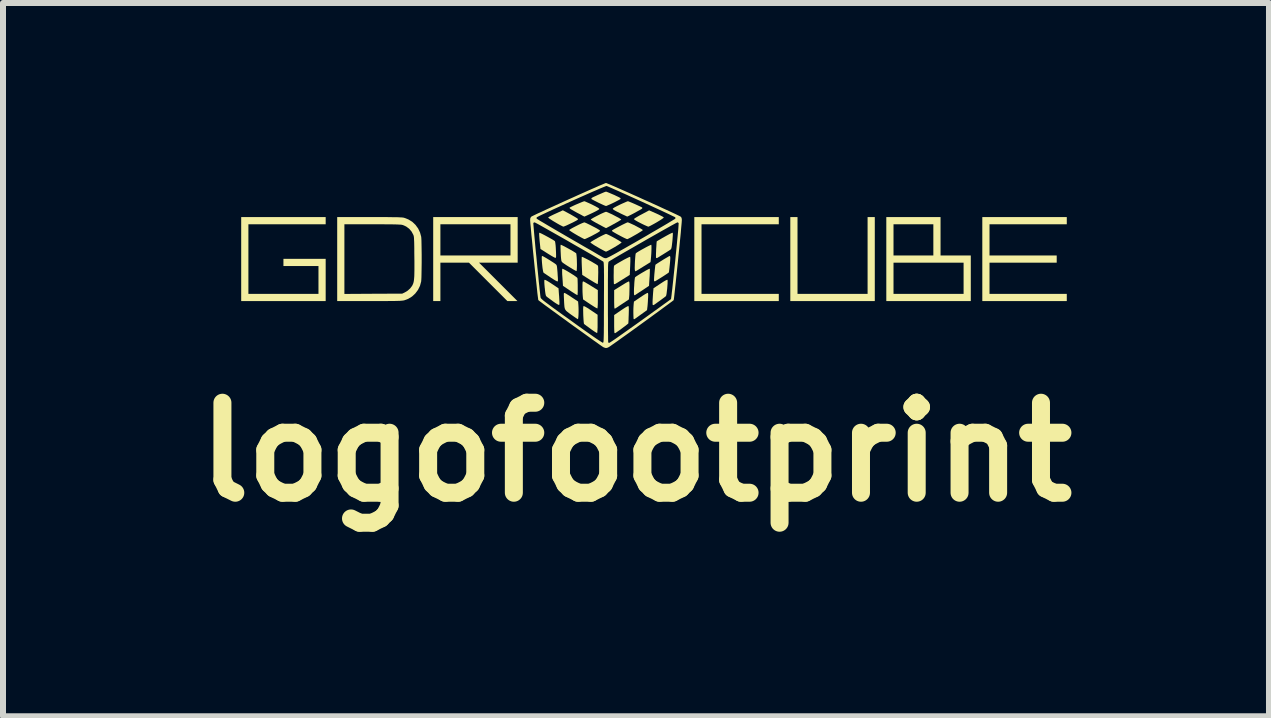
<source format=kicad_pcb>
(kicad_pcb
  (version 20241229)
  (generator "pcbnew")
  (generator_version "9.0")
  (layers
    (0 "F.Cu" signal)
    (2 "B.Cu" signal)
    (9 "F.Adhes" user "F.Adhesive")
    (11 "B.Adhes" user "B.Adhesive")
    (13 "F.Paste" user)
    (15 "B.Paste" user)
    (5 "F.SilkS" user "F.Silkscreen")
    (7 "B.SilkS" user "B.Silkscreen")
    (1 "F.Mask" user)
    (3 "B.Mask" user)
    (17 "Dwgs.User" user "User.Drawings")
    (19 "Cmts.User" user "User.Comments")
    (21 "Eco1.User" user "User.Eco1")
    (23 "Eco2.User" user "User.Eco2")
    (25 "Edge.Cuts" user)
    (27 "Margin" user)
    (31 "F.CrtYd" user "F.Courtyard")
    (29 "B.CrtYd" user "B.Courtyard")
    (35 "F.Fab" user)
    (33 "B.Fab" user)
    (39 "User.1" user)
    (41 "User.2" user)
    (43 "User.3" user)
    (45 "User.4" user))
  (footprint "logofootprint"
    (layer "F.Cu")
    (at 7.05 1.784)
    (property "Reference" "logofootprint" (at 0.5 2.7 0) (layer "F.SilkS") (effects (font (size 1.5 1.5) (thickness 0.3))))
    (attr board_only exclude_from_pos_files exclude_from_bom)
    (fp_poly (pts (xy 2.88 -1.156) (xy 2.88 -1.096) (xy 2.236 -1.096) (xy 1.592 -1.096) (xy 1.592 -0.516) (xy 1.592 0.064) (xy 2.236 0.064) (xy 2.88 0.064) (xy 2.88 0.124) (xy 2.88 0.184) (xy 2.176 0.184) (xy 1.472 0.184) (xy 1.472 -0.516) (xy 1.472 -1.216) (xy 2.176 -1.216) (xy 2.88 -1.216)) (stroke (width 0) (type solid)) (fill yes) (layer "F.SilkS"))
    (fp_poly (pts (xy 3.192 -0.576) (xy 3.192 0.064) (xy 3.776 0.064) (xy 4.36 0.064) (xy 4.36 -0.576) (xy 4.36 -1.216) (xy 4.42 -1.216) (xy 4.48 -1.216) (xy 4.48 -0.516) (xy 4.48 0.184) (xy 3.776 0.184) (xy 3.072 0.184) (xy 3.072 -0.516) (xy 3.072 -1.216) (xy 3.132 -1.216) (xy 3.192 -1.216)) (stroke (width 0) (type solid)) (fill yes) (layer "F.SilkS"))
    (fp_poly (pts (xy -4.672 -1.156) (xy -4.672 -1.096) (xy -5.316 -1.096) (xy -5.96 -1.096) (xy -5.96 -0.516) (xy -5.96 0.064) (xy -5.376 0.064) (xy -4.792 0.064) (xy -4.792 -0.168) (xy -4.792 -0.4) (xy -5.084 -0.4) (xy -5.376 -0.4) (xy -5.376 -0.46) (xy -5.376 -0.52) (xy -5.024 -0.52) (xy -4.672 -0.52) (xy -4.672 -0.168) (xy -4.672 0.184) (xy -5.376 0.184) (xy -6.08 0.184) (xy -6.08 -0.516) (xy -6.08 -1.216) (xy -5.376 -1.216) (xy -4.672 -1.216)) (stroke (width 0) (type solid)) (fill yes) (layer "F.SilkS"))
    (fp_poly (pts (xy 7.68 -1.156) (xy 7.68 -1.096) (xy 7.036 -1.096) (xy 6.392 -1.096) (xy 6.392 -0.836) (xy 6.392 -0.576) (xy 6.952 -0.576) (xy 7.512 -0.576) (xy 7.512 -0.516) (xy 7.512 -0.456) (xy 6.952 -0.456) (xy 6.392 -0.456) (xy 6.392 -0.196) (xy 6.392 0.064) (xy 7.036 0.064) (xy 7.68 0.064) (xy 7.68 0.124) (xy 7.68 0.184) (xy 6.976 0.184) (xy 6.272 0.184) (xy 6.272 -0.516) (xy 6.272 -1.216) (xy 6.976 -1.216) (xy 7.68 -1.216)) (stroke (width 0) (type solid)) (fill yes) (layer "F.SilkS"))
    (fp_poly (pts (xy -0.369 -0.14) (xy -0.348 -0.129) (xy -0.318 -0.111) (xy -0.282 -0.09) (xy -0.252 -0.071) (xy -0.136 0.001) (xy -0.136 0.152) (xy -0.136 0.2) (xy -0.137 0.241) (xy -0.139 0.275) (xy -0.141 0.298) (xy -0.143 0.307) (xy -0.143 0.307) (xy -0.151 0.304) (xy -0.171 0.294) (xy -0.199 0.277) (xy -0.233 0.255) (xy -0.266 0.234) (xy -0.382 0.156) (xy -0.387 0.104) (xy -0.389 0.074) (xy -0.391 0.035) (xy -0.392 -0.01) (xy -0.392 -0.046) (xy -0.392 -0.088) (xy -0.391 -0.116) (xy -0.389 -0.133) (xy -0.385 -0.142) (xy -0.38 -0.144)) (stroke (width 0) (type solid)) (fill yes) (layer "F.SilkS"))
    (fp_poly (pts (xy -1.472 -0.836) (xy -1.472 -0.456) (xy -1.794 -0.456) (xy -2.116 -0.456) (xy -1.796 -0.136) (xy -1.476 0.184) (xy -1.56 0.184) (xy -1.644 0.184) (xy -1.964 -0.136) (xy -2.284 -0.456) (xy -2.522 -0.456) (xy -2.76 -0.456) (xy -2.76 -0.136) (xy -2.76 0.184) (xy -2.82 0.184) (xy -2.88 0.184) (xy -2.88 -0.516) (xy -2.88 -1.096) (xy -2.76 -1.096) (xy -2.76 -0.836) (xy -2.76 -0.576) (xy -2.176 -0.576) (xy -1.592 -0.576) (xy -1.592 -0.836) (xy -1.592 -1.096) (xy -2.176 -1.096) (xy -2.76 -1.096) (xy -2.88 -1.096) (xy -2.88 -1.216) (xy -2.176 -1.216) (xy -1.472 -1.216)) (stroke (width 0) (type solid)) (fill yes) (layer "F.SilkS"))
    (fp_poly (pts (xy -0.593 -1.262) (xy -0.553 -1.239) (xy -0.517 -1.218) (xy -0.489 -1.201) (xy -0.471 -1.188) (xy -0.466 -1.182) (xy -0.469 -1.174) (xy -0.484 -1.163) (xy -0.511 -1.148) (xy -0.551 -1.127) (xy -0.581 -1.113) (xy -0.621 -1.094) (xy -0.657 -1.077) (xy -0.686 -1.065) (xy -0.705 -1.058) (xy -0.711 -1.057) (xy -0.722 -1.061) (xy -0.744 -1.072) (xy -0.775 -1.088) (xy -0.812 -1.109) (xy -0.844 -1.128) (xy -0.883 -1.151) (xy -0.917 -1.173) (xy -0.943 -1.19) (xy -0.959 -1.203) (xy -0.964 -1.208) (xy -0.957 -1.214) (xy -0.938 -1.226) (xy -0.909 -1.241) (xy -0.872 -1.259) (xy -0.841 -1.273) (xy -0.719 -1.329)) (stroke (width 0) (type solid)) (fill yes) (layer "F.SilkS"))
    (fp_poly (pts (xy 0.386 -0.141) (xy 0.389 -0.131) (xy 0.391 -0.111) (xy 0.392 -0.08) (xy 0.392 -0.046) (xy 0.391 -0.002) (xy 0.39 0.042) (xy 0.389 0.081) (xy 0.387 0.104) (xy 0.382 0.156) (xy 0.273 0.229) (xy 0.229 0.258) (xy 0.197 0.28) (xy 0.175 0.294) (xy 0.16 0.304) (xy 0.151 0.308) (xy 0.146 0.309) (xy 0.143 0.308) (xy 0.141 0.306) (xy 0.14 0.297) (xy 0.138 0.275) (xy 0.137 0.241) (xy 0.136 0.199) (xy 0.136 0.152) (xy 0.136 0.152) (xy 0.136 0.002) (xy 0.253 -0.071) (xy 0.292 -0.095) (xy 0.326 -0.116) (xy 0.355 -0.132) (xy 0.374 -0.141) (xy 0.381 -0.144)) (stroke (width 0) (type solid)) (fill yes) (layer "F.SilkS"))
    (fp_poly (pts (xy -1.104 -0.953) (xy -1.084 -0.945) (xy -1.056 -0.931) (xy -1.023 -0.914) (xy -0.986 -0.894) (xy -0.949 -0.874) (xy -0.914 -0.854) (xy -0.884 -0.837) (xy -0.863 -0.823) (xy -0.852 -0.815) (xy -0.848 -0.804) (xy -0.844 -0.78) (xy -0.84 -0.747) (xy -0.837 -0.708) (xy -0.835 -0.667) (xy -0.833 -0.626) (xy -0.832 -0.59) (xy -0.832 -0.561) (xy -0.834 -0.542) (xy -0.835 -0.538) (xy -0.842 -0.537) (xy -0.855 -0.54) (xy -0.876 -0.551) (xy -0.906 -0.568) (xy -0.947 -0.593) (xy -0.968 -0.606) (xy -1.092 -0.684) (xy -1.106 -0.816) (xy -1.11 -0.865) (xy -1.113 -0.905) (xy -1.114 -0.935) (xy -1.113 -0.952) (xy -1.112 -0.955)) (stroke (width 0) (type solid)) (fill yes) (layer "F.SilkS"))
    (fp_poly (pts (xy -0.719 -0.353) (xy -0.7 -0.344) (xy -0.673 -0.33) (xy -0.64 -0.311) (xy -0.604 -0.289) (xy -0.569 -0.267) (xy -0.535 -0.246) (xy -0.507 -0.226) (xy -0.487 -0.211) (xy -0.477 -0.201) (xy -0.477 -0.2) (xy -0.474 -0.185) (xy -0.473 -0.158) (xy -0.472 -0.124) (xy -0.471 -0.084) (xy -0.471 -0.042) (xy -0.471 -0.002) (xy -0.471 0.034) (xy -0.473 0.062) (xy -0.474 0.08) (xy -0.476 0.085) (xy -0.485 0.081) (xy -0.505 0.07) (xy -0.533 0.052) (xy -0.568 0.03) (xy -0.601 0.008) (xy -0.717 -0.07) (xy -0.726 -0.209) (xy -0.73 -0.262) (xy -0.731 -0.304) (xy -0.731 -0.335) (xy -0.729 -0.352) (xy -0.728 -0.355)) (stroke (width 0) (type solid)) (fill yes) (layer "F.SilkS"))
    (fp_poly (pts (xy -0.362 0.27) (xy -0.341 0.28) (xy -0.312 0.297) (xy -0.278 0.319) (xy -0.251 0.337) (xy -0.14 0.412) (xy -0.14 0.563) (xy -0.14 0.619) (xy -0.142 0.664) (xy -0.144 0.696) (xy -0.146 0.713) (xy -0.148 0.717) (xy -0.157 0.713) (xy -0.176 0.702) (xy -0.204 0.684) (xy -0.237 0.661) (xy -0.256 0.647) (xy -0.291 0.621) (xy -0.322 0.599) (xy -0.347 0.58) (xy -0.362 0.568) (xy -0.365 0.566) (xy -0.369 0.554) (xy -0.372 0.527) (xy -0.375 0.488) (xy -0.378 0.436) (xy -0.379 0.414) (xy -0.38 0.361) (xy -0.381 0.323) (xy -0.38 0.296) (xy -0.378 0.279) (xy -0.376 0.27) (xy -0.372 0.267)) (stroke (width 0) (type solid)) (fill yes) (layer "F.SilkS"))
    (fp_poly (pts (xy 0.842 -1.274) (xy 0.883 -1.255) (xy 0.918 -1.237) (xy 0.945 -1.223) (xy 0.96 -1.212) (xy 0.964 -1.208) (xy 0.957 -1.201) (xy 0.939 -1.188) (xy 0.913 -1.17) (xy 0.88 -1.15) (xy 0.844 -1.128) (xy 0.807 -1.107) (xy 0.772 -1.088) (xy 0.742 -1.072) (xy 0.719 -1.061) (xy 0.706 -1.056) (xy 0.706 -1.056) (xy 0.694 -1.06) (xy 0.671 -1.07) (xy 0.639 -1.084) (xy 0.602 -1.102) (xy 0.578 -1.114) (xy 0.53 -1.139) (xy 0.495 -1.159) (xy 0.473 -1.174) (xy 0.466 -1.183) (xy 0.466 -1.183) (xy 0.473 -1.19) (xy 0.493 -1.204) (xy 0.522 -1.221) (xy 0.558 -1.242) (xy 0.594 -1.261) (xy 0.719 -1.328)) (stroke (width 0) (type solid)) (fill yes) (layer "F.SilkS"))
    (fp_poly (pts (xy -0.393 -0.551) (xy -0.374 -0.543) (xy -0.346 -0.529) (xy -0.312 -0.512) (xy -0.275 -0.492) (xy -0.237 -0.471) (xy -0.202 -0.45) (xy -0.171 -0.432) (xy -0.148 -0.417) (xy -0.135 -0.407) (xy -0.134 -0.405) (xy -0.132 -0.394) (xy -0.13 -0.37) (xy -0.13 -0.337) (xy -0.129 -0.298) (xy -0.13 -0.256) (xy -0.131 -0.213) (xy -0.132 -0.173) (xy -0.134 -0.139) (xy -0.136 -0.114) (xy -0.139 -0.1) (xy -0.14 -0.099) (xy -0.149 -0.102) (xy -0.169 -0.113) (xy -0.198 -0.129) (xy -0.234 -0.151) (xy -0.272 -0.174) (xy -0.396 -0.252) (xy -0.403 -0.399) (xy -0.405 -0.454) (xy -0.406 -0.499) (xy -0.405 -0.531) (xy -0.404 -0.549) (xy -0.402 -0.553)) (stroke (width 0) (type solid)) (fill yes) (layer "F.SilkS"))
    (fp_poly (pts (xy 0.731 -0.344) (xy 0.731 -0.319) (xy 0.73 -0.282) (xy 0.728 -0.234) (xy 0.726 -0.209) (xy 0.717 -0.07) (xy 0.599 0.009) (xy 0.56 0.034) (xy 0.527 0.056) (xy 0.5 0.074) (xy 0.483 0.085) (xy 0.477 0.088) (xy 0.47 0.082) (xy 0.469 0.081) (xy 0.467 0.069) (xy 0.466 0.045) (xy 0.466 0.011) (xy 0.467 -0.028) (xy 0.47 -0.071) (xy 0.472 -0.113) (xy 0.475 -0.151) (xy 0.479 -0.183) (xy 0.482 -0.204) (xy 0.485 -0.212) (xy 0.498 -0.223) (xy 0.522 -0.239) (xy 0.552 -0.258) (xy 0.586 -0.279) (xy 0.622 -0.3) (xy 0.656 -0.32) (xy 0.687 -0.337) (xy 0.711 -0.349) (xy 0.725 -0.355) (xy 0.728 -0.355)) (stroke (width 0) (type solid)) (fill yes) (layer "F.SilkS"))
    (fp_poly (pts (xy 5.576 -0.896) (xy 5.576 -0.576) (xy 5.828 -0.576) (xy 6.08 -0.576) (xy 6.08 -0.196) (xy 6.08 0.184) (xy 5.376 0.184) (xy 4.672 0.184) (xy 4.672 -0.456) (xy 4.792 -0.456) (xy 4.792 -0.196) (xy 4.792 0.064) (xy 5.376 0.064) (xy 5.96 0.064) (xy 5.96 -0.196) (xy 5.96 -0.456) (xy 5.376 -0.456) (xy 4.792 -0.456) (xy 4.672 -0.456) (xy 4.672 -0.516) (xy 4.672 -1.096) (xy 4.792 -1.096) (xy 4.792 -0.836) (xy 4.792 -0.576) (xy 5.124 -0.576) (xy 5.456 -0.576) (xy 5.456 -0.836) (xy 5.456 -1.096) (xy 5.124 -1.096) (xy 4.792 -1.096) (xy 4.672 -1.096) (xy 4.672 -1.216) (xy 5.124 -1.216) (xy 5.576 -1.216)) (stroke (width 0) (type solid)) (fill yes) (layer "F.SilkS"))
    (fp_poly (pts (xy -0.682 0.052) (xy -0.66 0.064) (xy -0.631 0.082) (xy -0.596 0.104) (xy -0.573 0.12) (xy -0.465 0.191) (xy -0.46 0.25) (xy -0.458 0.285) (xy -0.457 0.325) (xy -0.457 0.366) (xy -0.458 0.405) (xy -0.46 0.44) (xy -0.463 0.467) (xy -0.466 0.482) (xy -0.468 0.485) (xy -0.477 0.481) (xy -0.496 0.469) (xy -0.524 0.45) (xy -0.557 0.427) (xy -0.58 0.411) (xy -0.616 0.385) (xy -0.643 0.364) (xy -0.663 0.347) (xy -0.677 0.329) (xy -0.686 0.309) (xy -0.692 0.284) (xy -0.695 0.25) (xy -0.698 0.205) (xy -0.7 0.158) (xy -0.702 0.114) (xy -0.703 0.083) (xy -0.703 0.064) (xy -0.701 0.053) (xy -0.697 0.049) (xy -0.693 0.048)) (stroke (width 0) (type solid)) (fill yes) (layer "F.SilkS"))
    (fp_poly (pts (xy 0.376 0.271) (xy 0.379 0.281) (xy 0.38 0.299) (xy 0.381 0.327) (xy 0.38 0.367) (xy 0.379 0.41) (xy 0.377 0.455) (xy 0.376 0.496) (xy 0.374 0.528) (xy 0.373 0.549) (xy 0.372 0.557) (xy 0.365 0.563) (xy 0.348 0.577) (xy 0.323 0.597) (xy 0.293 0.619) (xy 0.26 0.644) (xy 0.227 0.668) (xy 0.197 0.689) (xy 0.173 0.706) (xy 0.156 0.717) (xy 0.15 0.72) (xy 0.142 0.715) (xy 0.141 0.715) (xy 0.14 0.705) (xy 0.138 0.683) (xy 0.137 0.649) (xy 0.136 0.608) (xy 0.136 0.563) (xy 0.136 0.417) (xy 0.248 0.34) (xy 0.287 0.314) (xy 0.321 0.292) (xy 0.348 0.277) (xy 0.366 0.268) (xy 0.372 0.267)) (stroke (width 0) (type solid)) (fill yes) (layer "F.SilkS"))
    (fp_poly (pts (xy 0.698 0.049) (xy 0.701 0.055) (xy 0.703 0.067) (xy 0.703 0.088) (xy 0.702 0.122) (xy 0.7 0.15) (xy 0.698 0.193) (xy 0.695 0.235) (xy 0.692 0.27) (xy 0.689 0.293) (xy 0.684 0.335) (xy 0.578 0.411) (xy 0.538 0.44) (xy 0.509 0.461) (xy 0.489 0.475) (xy 0.477 0.483) (xy 0.469 0.486) (xy 0.465 0.486) (xy 0.463 0.484) (xy 0.461 0.483) (xy 0.459 0.473) (xy 0.458 0.45) (xy 0.457 0.419) (xy 0.456 0.381) (xy 0.456 0.341) (xy 0.457 0.301) (xy 0.459 0.266) (xy 0.461 0.239) (xy 0.461 0.235) (xy 0.466 0.193) (xy 0.572 0.121) (xy 0.609 0.096) (xy 0.642 0.075) (xy 0.669 0.059) (xy 0.687 0.05) (xy 0.692 0.048)) (stroke (width 0) (type solid)) (fill yes) (layer "F.SilkS"))
    (fp_poly (pts (xy 0.402 -0.553) (xy 0.405 -0.542) (xy 0.406 -0.516) (xy 0.406 -0.477) (xy 0.404 -0.425) (xy 0.403 -0.399) (xy 0.396 -0.252) (xy 0.272 -0.174) (xy 0.227 -0.146) (xy 0.194 -0.125) (xy 0.17 -0.111) (xy 0.155 -0.102) (xy 0.145 -0.098) (xy 0.139 -0.098) (xy 0.135 -0.1) (xy 0.133 -0.101) (xy 0.131 -0.111) (xy 0.13 -0.133) (xy 0.129 -0.166) (xy 0.128 -0.205) (xy 0.128 -0.247) (xy 0.129 -0.29) (xy 0.129 -0.33) (xy 0.13 -0.365) (xy 0.132 -0.39) (xy 0.134 -0.404) (xy 0.134 -0.405) (xy 0.144 -0.413) (xy 0.165 -0.427) (xy 0.194 -0.445) (xy 0.228 -0.465) (xy 0.265 -0.486) (xy 0.302 -0.507) (xy 0.337 -0.525) (xy 0.367 -0.54) (xy 0.389 -0.55) (xy 0.401 -0.553)) (stroke (width 0) (type solid)) (fill yes) (layer "F.SilkS"))
    (fp_poly (pts (xy 0.757 -0.745) (xy 0.758 -0.723) (xy 0.758 -0.691) (xy 0.757 -0.651) (xy 0.755 -0.608) (xy 0.752 -0.564) (xy 0.748 -0.521) (xy 0.747 -0.507) (xy 0.742 -0.465) (xy 0.619 -0.389) (xy 0.579 -0.364) (xy 0.545 -0.343) (xy 0.517 -0.326) (xy 0.499 -0.316) (xy 0.492 -0.312) (xy 0.486 -0.318) (xy 0.483 -0.325) (xy 0.48 -0.34) (xy 0.479 -0.366) (xy 0.48 -0.401) (xy 0.481 -0.441) (xy 0.483 -0.484) (xy 0.486 -0.525) (xy 0.489 -0.562) (xy 0.492 -0.591) (xy 0.496 -0.609) (xy 0.498 -0.613) (xy 0.51 -0.622) (xy 0.533 -0.637) (xy 0.563 -0.655) (xy 0.598 -0.675) (xy 0.635 -0.695) (xy 0.671 -0.715) (xy 0.704 -0.732) (xy 0.731 -0.745) (xy 0.748 -0.753) (xy 0.754 -0.755)) (stroke (width 0) (type solid)) (fill yes) (layer "F.SilkS"))
    (fp_poly (pts (xy -1.016 -0.17) (xy -0.996 -0.161) (xy -0.966 -0.144) (xy -0.923 -0.117) (xy -0.904 -0.104) (xy -0.867 -0.08) (xy -0.835 -0.058) (xy -0.811 -0.042) (xy -0.795 -0.032) (xy -0.791 -0.029) (xy -0.791 -0.021) (xy -0.789 0.000155) (xy -0.787 0.032) (xy -0.784 0.072) (xy -0.781 0.106) (xy -0.778 0.161) (xy -0.776 0.2) (xy -0.776 0.227) (xy -0.778 0.243) (xy -0.78 0.248) (xy -0.791 0.247) (xy -0.813 0.235) (xy -0.848 0.213) (xy -0.885 0.187) (xy -0.92 0.161) (xy -0.951 0.138) (xy -0.976 0.12) (xy -0.991 0.107) (xy -0.994 0.105) (xy -1 0.096) (xy -1.005 0.08) (xy -1.01 0.055) (xy -1.015 0.018) (xy -1.02 -0.032) (xy -1.021 -0.035) (xy -1.026 -0.09) (xy -1.028 -0.131) (xy -1.028 -0.157) (xy -1.026 -0.169) (xy -1.025 -0.17)) (stroke (width 0) (type solid)) (fill yes) (layer "F.SilkS"))
    (fp_poly (pts (xy 1.114 -0.945) (xy 1.114 -0.921) (xy 1.112 -0.887) (xy 1.109 -0.845) (xy 1.107 -0.82) (xy 1.101 -0.767) (xy 1.096 -0.728) (xy 1.091 -0.701) (xy 1.085 -0.685) (xy 1.081 -0.679) (xy 1.071 -0.671) (xy 1.05 -0.657) (xy 1.02 -0.638) (xy 0.985 -0.616) (xy 0.947 -0.592) (xy 0.909 -0.569) (xy 0.874 -0.547) (xy 0.851 -0.533) (xy 0.839 -0.534) (xy 0.834 -0.538) (xy 0.833 -0.548) (xy 0.833 -0.57) (xy 0.833 -0.602) (xy 0.835 -0.64) (xy 0.836 -0.681) (xy 0.839 -0.721) (xy 0.841 -0.758) (xy 0.843 -0.788) (xy 0.845 -0.807) (xy 0.847 -0.813) (xy 0.854 -0.817) (xy 0.873 -0.828) (xy 0.901 -0.844) (xy 0.936 -0.865) (xy 0.977 -0.888) (xy 1.02 -0.912) (xy 1.057 -0.932) (xy 1.086 -0.946) (xy 1.105 -0.954) (xy 1.112 -0.955)) (stroke (width 0) (type solid)) (fill yes) (layer "F.SilkS"))
    (fp_poly (pts (xy 0.013 -1.301) (xy 0.037 -1.291) (xy 0.067 -1.277) (xy 0.103 -1.261) (xy 0.139 -1.242) (xy 0.175 -1.223) (xy 0.208 -1.206) (xy 0.233 -1.191) (xy 0.25 -1.18) (xy 0.254 -1.174) (xy 0.247 -1.168) (xy 0.228 -1.157) (xy 0.201 -1.14) (xy 0.167 -1.121) (xy 0.131 -1.101) (xy 0.095 -1.081) (xy 0.06 -1.062) (xy 0.031 -1.047) (xy 0.01 -1.036) (xy 0.000187 -1.032) (xy 0 -1.032) (xy -0.008 -1.036) (xy -0.028 -1.046) (xy -0.057 -1.061) (xy -0.093 -1.081) (xy -0.128 -1.099) (xy -0.168 -1.121) (xy -0.203 -1.141) (xy -0.231 -1.158) (xy -0.249 -1.17) (xy -0.254 -1.175) (xy -0.248 -1.181) (xy -0.231 -1.192) (xy -0.204 -1.208) (xy -0.172 -1.225) (xy -0.135 -1.244) (xy -0.098 -1.263) (xy -0.064 -1.279) (xy -0.034 -1.292) (xy -0.011 -1.301) (xy 0 -1.304)) (stroke (width 0) (type solid)) (fill yes) (layer "F.SilkS"))
    (fp_poly (pts (xy 0.376 -1.477) (xy 0.398 -1.468) (xy 0.428 -1.456) (xy 0.463 -1.441) (xy 0.501 -1.424) (xy 0.536 -1.408) (xy 0.567 -1.394) (xy 0.591 -1.382) (xy 0.603 -1.375) (xy 0.604 -1.375) (xy 0.605 -1.364) (xy 0.6 -1.356) (xy 0.589 -1.349) (xy 0.568 -1.336) (xy 0.538 -1.32) (xy 0.504 -1.301) (xy 0.468 -1.281) (xy 0.432 -1.262) (xy 0.4 -1.246) (xy 0.374 -1.233) (xy 0.358 -1.226) (xy 0.354 -1.225) (xy 0.345 -1.228) (xy 0.325 -1.238) (xy 0.294 -1.252) (xy 0.258 -1.269) (xy 0.23 -1.283) (xy 0.178 -1.309) (xy 0.141 -1.329) (xy 0.119 -1.344) (xy 0.112 -1.353) (xy 0.119 -1.362) (xy 0.14 -1.376) (xy 0.176 -1.395) (xy 0.226 -1.42) (xy 0.232 -1.423) (xy 0.273 -1.442) (xy 0.31 -1.458) (xy 0.339 -1.471) (xy 0.358 -1.478) (xy 0.365 -1.48)) (stroke (width 0) (type solid)) (fill yes) (layer "F.SilkS"))
    (fp_poly (pts (xy 1.025 -0.17) (xy 1.027 -0.16) (xy 1.027 -0.136) (xy 1.026 -0.104) (xy 1.023 -0.066) (xy 1.02 -0.025) (xy 1.015 0.015) (xy 1.011 0.051) (xy 1.006 0.08) (xy 1.001 0.097) (xy 0.999 0.101) (xy 0.991 0.108) (xy 0.972 0.123) (xy 0.946 0.142) (xy 0.915 0.165) (xy 0.882 0.189) (xy 0.851 0.211) (xy 0.824 0.231) (xy 0.803 0.245) (xy 0.795 0.25) (xy 0.783 0.25) (xy 0.779 0.248) (xy 0.777 0.237) (xy 0.776 0.212) (xy 0.777 0.173) (xy 0.78 0.123) (xy 0.781 0.106) (xy 0.784 0.062) (xy 0.787 0.024) (xy 0.79 -0.006) (xy 0.791 -0.024) (xy 0.791 -0.029) (xy 0.798 -0.033) (xy 0.816 -0.045) (xy 0.842 -0.063) (xy 0.876 -0.085) (xy 0.904 -0.104) (xy 0.951 -0.135) (xy 0.986 -0.156) (xy 1.01 -0.168) (xy 1.023 -0.171)) (stroke (width 0) (type solid)) (fill yes) (layer "F.SilkS"))
    (fp_poly (pts (xy -0.35 -1.477) (xy -0.327 -1.467) (xy -0.295 -1.453) (xy -0.257 -1.436) (xy -0.23 -1.423) (xy -0.179 -1.397) (xy -0.143 -1.377) (xy -0.121 -1.363) (xy -0.112 -1.353) (xy -0.112 -1.352) (xy -0.118 -1.343) (xy -0.137 -1.331) (xy -0.169 -1.313) (xy -0.215 -1.29) (xy -0.234 -1.281) (xy -0.275 -1.262) (xy -0.31 -1.246) (xy -0.337 -1.234) (xy -0.355 -1.226) (xy -0.36 -1.224) (xy -0.368 -1.228) (xy -0.388 -1.238) (xy -0.416 -1.254) (xy -0.452 -1.273) (xy -0.478 -1.286) (xy -0.526 -1.313) (xy -0.561 -1.333) (xy -0.585 -1.347) (xy -0.6 -1.358) (xy -0.606 -1.366) (xy -0.606 -1.372) (xy -0.604 -1.375) (xy -0.592 -1.381) (xy -0.57 -1.392) (xy -0.539 -1.407) (xy -0.504 -1.423) (xy -0.466 -1.439) (xy -0.43 -1.454) (xy -0.399 -1.467) (xy -0.375 -1.476) (xy -0.362 -1.48) (xy -0.362 -1.48)) (stroke (width 0) (type solid)) (fill yes) (layer "F.SilkS"))
    (fp_poly (pts (xy -0.349 -1.124) (xy -0.327 -1.115) (xy -0.296 -1.1) (xy -0.261 -1.083) (xy -0.223 -1.063) (xy -0.186 -1.044) (xy -0.152 -1.026) (xy -0.126 -1.01) (xy -0.108 -1) (xy -0.106 -0.998) (xy -0.1 -0.988) (xy -0.105 -0.979) (xy -0.116 -0.971) (xy -0.138 -0.957) (xy -0.168 -0.94) (xy -0.204 -0.921) (xy -0.241 -0.901) (xy -0.278 -0.883) (xy -0.311 -0.867) (xy -0.338 -0.855) (xy -0.354 -0.849) (xy -0.357 -0.849) (xy -0.369 -0.853) (xy -0.391 -0.864) (xy -0.423 -0.881) (xy -0.46 -0.901) (xy -0.492 -0.92) (xy -0.531 -0.943) (xy -0.565 -0.964) (xy -0.592 -0.982) (xy -0.609 -0.994) (xy -0.614 -0.999) (xy -0.608 -1.005) (xy -0.591 -1.016) (xy -0.564 -1.032) (xy -0.532 -1.049) (xy -0.495 -1.068) (xy -0.458 -1.087) (xy -0.424 -1.103) (xy -0.394 -1.116) (xy -0.371 -1.125) (xy -0.36 -1.128)) (stroke (width 0) (type solid)) (fill yes) (layer "F.SilkS"))
    (fp_poly (pts (xy 0.012 -1.637) (xy 0.035 -1.628) (xy 0.066 -1.615) (xy 0.101 -1.6) (xy 0.139 -1.584) (xy 0.174 -1.567) (xy 0.204 -1.553) (xy 0.227 -1.541) (xy 0.237 -1.535) (xy 0.244 -1.524) (xy 0.243 -1.518) (xy 0.234 -1.512) (xy 0.213 -1.5) (xy 0.184 -1.485) (xy 0.15 -1.467) (xy 0.113 -1.449) (xy 0.077 -1.432) (xy 0.044 -1.418) (xy 0.019 -1.407) (xy 0.003 -1.401) (xy 0.000099 -1.401) (xy -0.011 -1.404) (xy -0.034 -1.413) (xy -0.065 -1.427) (xy -0.103 -1.445) (xy -0.125 -1.455) (xy -0.164 -1.475) (xy -0.198 -1.492) (xy -0.224 -1.506) (xy -0.24 -1.515) (xy -0.243 -1.518) (xy -0.242 -1.529) (xy -0.238 -1.534) (xy -0.226 -1.542) (xy -0.202 -1.554) (xy -0.171 -1.568) (xy -0.135 -1.585) (xy -0.098 -1.601) (xy -0.063 -1.616) (xy -0.033 -1.629) (xy -0.01 -1.637) (xy -0.000074 -1.64)) (stroke (width 0) (type solid)) (fill yes) (layer "F.SilkS"))
    (fp_poly (pts (xy 0.013 -0.932) (xy 0.036 -0.922) (xy 0.066 -0.907) (xy 0.101 -0.889) (xy 0.138 -0.869) (xy 0.175 -0.848) (xy 0.208 -0.829) (xy 0.235 -0.812) (xy 0.253 -0.8) (xy 0.26 -0.793) (xy 0.253 -0.786) (xy 0.235 -0.773) (xy 0.209 -0.755) (xy 0.176 -0.735) (xy 0.14 -0.713) (xy 0.103 -0.692) (xy 0.067 -0.672) (xy 0.037 -0.656) (xy 0.014 -0.645) (xy 0.001 -0.64) (xy -0.000145 -0.64) (xy -0.011 -0.644) (xy -0.033 -0.655) (xy -0.063 -0.671) (xy -0.1 -0.691) (xy -0.136 -0.712) (xy -0.176 -0.735) (xy -0.211 -0.757) (xy -0.237 -0.775) (xy -0.255 -0.787) (xy -0.26 -0.793) (xy -0.253 -0.8) (xy -0.235 -0.813) (xy -0.208 -0.829) (xy -0.175 -0.848) (xy -0.138 -0.869) (xy -0.101 -0.889) (xy -0.066 -0.907) (xy -0.035 -0.922) (xy -0.012 -0.932) (xy 0.000077 -0.936) (xy 0.000224 -0.936)) (stroke (width 0) (type solid)) (fill yes) (layer "F.SilkS"))
    (fp_poly (pts (xy -0.745 -0.752) (xy -0.726 -0.743) (xy -0.697 -0.729) (xy -0.664 -0.711) (xy -0.627 -0.691) (xy -0.59 -0.67) (xy -0.556 -0.651) (xy -0.527 -0.633) (xy -0.507 -0.62) (xy -0.497 -0.613) (xy -0.494 -0.602) (xy -0.491 -0.578) (xy -0.488 -0.546) (xy -0.486 -0.507) (xy -0.485 -0.465) (xy -0.484 -0.423) (xy -0.485 -0.384) (xy -0.486 -0.351) (xy -0.488 -0.328) (xy -0.491 -0.316) (xy -0.492 -0.316) (xy -0.501 -0.319) (xy -0.521 -0.33) (xy -0.55 -0.346) (xy -0.586 -0.368) (xy -0.62 -0.389) (xy -0.663 -0.416) (xy -0.694 -0.437) (xy -0.716 -0.452) (xy -0.73 -0.464) (xy -0.738 -0.474) (xy -0.742 -0.484) (xy -0.745 -0.495) (xy -0.745 -0.498) (xy -0.749 -0.528) (xy -0.752 -0.565) (xy -0.754 -0.606) (xy -0.756 -0.647) (xy -0.757 -0.686) (xy -0.758 -0.719) (xy -0.757 -0.743) (xy -0.755 -0.754) (xy -0.754 -0.755)) (stroke (width 0) (type solid)) (fill yes) (layer "F.SilkS"))
    (fp_poly (pts (xy 0.374 -1.125) (xy 0.397 -1.115) (xy 0.428 -1.101) (xy 0.463 -1.085) (xy 0.499 -1.066) (xy 0.535 -1.047) (xy 0.568 -1.03) (xy 0.593 -1.015) (xy 0.61 -1.004) (xy 0.614 -0.999) (xy 0.606 -0.991) (xy 0.587 -0.978) (xy 0.559 -0.961) (xy 0.526 -0.94) (xy 0.489 -0.919) (xy 0.452 -0.898) (xy 0.417 -0.878) (xy 0.387 -0.863) (xy 0.365 -0.852) (xy 0.354 -0.848) (xy 0.354 -0.848) (xy 0.342 -0.852) (xy 0.319 -0.862) (xy 0.288 -0.877) (xy 0.251 -0.896) (xy 0.229 -0.908) (xy 0.182 -0.933) (xy 0.147 -0.953) (xy 0.123 -0.967) (xy 0.108 -0.977) (xy 0.101 -0.984) (xy 0.099 -0.99) (xy 0.1 -0.992) (xy 0.109 -0.999) (xy 0.13 -1.012) (xy 0.159 -1.028) (xy 0.194 -1.047) (xy 0.231 -1.067) (xy 0.269 -1.086) (xy 0.304 -1.103) (xy 0.333 -1.117) (xy 0.353 -1.126) (xy 0.361 -1.128)) (stroke (width 0) (type solid)) (fill yes) (layer "F.SilkS"))
    (fp_poly (pts (xy 1.069 -0.561) (xy 1.072 -0.541) (xy 1.072 -0.534) (xy 1.071 -0.514) (xy 1.069 -0.484) (xy 1.066 -0.449) (xy 1.062 -0.41) (xy 1.058 -0.372) (xy 1.054 -0.338) (xy 1.051 -0.312) (xy 1.048 -0.296) (xy 1.047 -0.293) (xy 1.033 -0.282) (xy 1.009 -0.266) (xy 0.979 -0.246) (xy 0.945 -0.224) (xy 0.91 -0.202) (xy 0.876 -0.181) (xy 0.847 -0.163) (xy 0.825 -0.15) (xy 0.813 -0.144) (xy 0.812 -0.144) (xy 0.802 -0.151) (xy 0.8 -0.161) (xy 0.801 -0.187) (xy 0.803 -0.222) (xy 0.806 -0.262) (xy 0.81 -0.303) (xy 0.814 -0.343) (xy 0.818 -0.378) (xy 0.821 -0.404) (xy 0.824 -0.42) (xy 0.825 -0.422) (xy 0.835 -0.43) (xy 0.856 -0.444) (xy 0.884 -0.462) (xy 0.917 -0.483) (xy 0.952 -0.505) (xy 0.987 -0.526) (xy 1.018 -0.544) (xy 1.043 -0.559) (xy 1.059 -0.567) (xy 1.063 -0.568)) (stroke (width 0) (type solid)) (fill yes) (layer "F.SilkS"))
    (fp_poly (pts (xy -1.053 -0.564) (xy -1.032 -0.553) (xy -1.004 -0.537) (xy -0.971 -0.517) (xy -0.936 -0.496) (xy -0.902 -0.474) (xy -0.872 -0.455) (xy -0.849 -0.439) (xy -0.835 -0.428) (xy -0.835 -0.428) (xy -0.828 -0.421) (xy -0.822 -0.41) (xy -0.818 -0.395) (xy -0.815 -0.372) (xy -0.812 -0.338) (xy -0.808 -0.295) (xy -0.805 -0.242) (xy -0.802 -0.203) (xy -0.801 -0.177) (xy -0.801 -0.159) (xy -0.802 -0.15) (xy -0.805 -0.145) (xy -0.81 -0.144) (xy -0.814 -0.145) (xy -0.825 -0.149) (xy -0.847 -0.161) (xy -0.876 -0.179) (xy -0.911 -0.201) (xy -0.928 -0.213) (xy -0.964 -0.237) (xy -0.995 -0.258) (xy -1.02 -0.275) (xy -1.036 -0.285) (xy -1.039 -0.287) (xy -1.045 -0.299) (xy -1.051 -0.326) (xy -1.058 -0.369) (xy -1.061 -0.397) (xy -1.067 -0.457) (xy -1.07 -0.503) (xy -1.071 -0.535) (xy -1.07 -0.556) (xy -1.067 -0.566) (xy -1.063 -0.568)) (stroke (width 0) (type solid)) (fill yes) (layer "F.SilkS"))
    (fp_poly (pts (xy -3.837 -1.216) (xy -3.744 -1.216) (xy -3.664 -1.216) (xy -3.596 -1.215) (xy -3.54 -1.214) (xy -3.494 -1.214) (xy -3.457 -1.213) (xy -3.427 -1.211) (xy -3.404 -1.21) (xy -3.386 -1.208) (xy -3.372 -1.206) (xy -3.364 -1.204) (xy -3.294 -1.177) (xy -3.23 -1.138) (xy -3.176 -1.087) (xy -3.131 -1.026) (xy -3.099 -0.958) (xy -3.08 -0.888) (xy -3.078 -0.866) (xy -3.076 -0.83) (xy -3.075 -0.783) (xy -3.074 -0.727) (xy -3.073 -0.663) (xy -3.072 -0.595) (xy -3.072 -0.524) (xy -3.072 -0.453) (xy -3.073 -0.384) (xy -3.074 -0.319) (xy -3.075 -0.261) (xy -3.076 -0.212) (xy -3.078 -0.173) (xy -3.08 -0.148) (xy -3.08 -0.144) (xy -3.1 -0.07) (xy -3.133 -0.003) (xy -3.178 0.057) (xy -3.233 0.108) (xy -3.297 0.147) (xy -3.364 0.172) (xy -3.376 0.174) (xy -3.39 0.176) (xy -3.41 0.178) (xy -3.434 0.18) (xy -3.466 0.181) (xy -3.505 0.182) (xy -3.554 0.183) (xy -3.613 0.183) (xy -3.684 0.184) (xy -3.767 0.184) (xy -3.865 0.184) (xy -3.946 0.184) (xy -4.48 0.184) (xy -4.48 -0.516) (xy -4.48 -1.096) (xy -4.36 -1.096) (xy -4.36 -0.516) (xy -4.36 0.065) (xy -3.878 0.062) (xy -3.396 0.06) (xy -3.352 0.039) (xy -3.306 0.011) (xy -3.264 -0.027) (xy -3.232 -0.069) (xy -3.225 -0.083) (xy -3.217 -0.1) (xy -3.21 -0.119) (xy -3.205 -0.14) (xy -3.201 -0.164) (xy -3.198 -0.194) (xy -3.195 -0.232) (xy -3.194 -0.278) (xy -3.193 -0.334) (xy -3.193 -0.402) (xy -3.193 -0.483) (xy -3.194 -0.546) (xy -3.195 -0.63) (xy -3.195 -0.7) (xy -3.196 -0.757) (xy -3.197 -0.802) (xy -3.199 -0.838) (xy -3.2 -0.865) (xy -3.202 -0.886) (xy -3.205 -0.901) (xy -3.208 -0.912) (xy -3.21 -0.918) (xy -3.24 -0.974) (xy -3.281 -1.022) (xy -3.331 -1.059) (xy -3.388 -1.084) (xy -3.394 -1.085) (xy -3.406 -1.088) (xy -3.425 -1.09) (xy -3.45 -1.091) (xy -3.483 -1.093) (xy -3.526 -1.094) (xy -3.579 -1.095) (xy -3.644 -1.095) (xy -3.722 -1.096) (xy -3.813 -1.096) (xy -3.898 -1.096) (xy -4.36 -1.096) (xy -4.48 -1.096) (xy -4.48 -1.216) (xy -3.946 -1.216)) (stroke (width 0) (type solid)) (fill yes) (layer "F.SilkS"))
    (fp_poly (pts (xy 0.011 -1.781) (xy 0.034 -1.771) (xy 0.07 -1.757) (xy 0.116 -1.737) (xy 0.171 -1.713) (xy 0.234 -1.685) (xy 0.304 -1.654) (xy 0.379 -1.621) (xy 0.459 -1.585) (xy 0.54 -1.549) (xy 0.623 -1.511) (xy 0.706 -1.474) (xy 0.788 -1.437) (xy 0.867 -1.401) (xy 0.942 -1.366) (xy 1.012 -1.334) (xy 1.075 -1.305) (xy 1.131 -1.279) (xy 1.177 -1.257) (xy 1.212 -1.24) (xy 1.236 -1.228) (xy 1.246 -1.222) (xy 1.246 -1.222) (xy 1.258 -1.206) (xy 1.263 -1.185) (xy 1.264 -1.166) (xy 1.263 -1.15) (xy 1.261 -1.119) (xy 1.257 -1.077) (xy 1.252 -1.023) (xy 1.247 -0.96) (xy 1.24 -0.889) (xy 1.232 -0.811) (xy 1.224 -0.728) (xy 1.215 -0.641) (xy 1.206 -0.552) (xy 1.197 -0.462) (xy 1.188 -0.373) (xy 1.179 -0.286) (xy 1.17 -0.202) (xy 1.162 -0.124) (xy 1.154 -0.051) (xy 1.147 0.013) (xy 1.141 0.068) (xy 1.136 0.113) (xy 1.132 0.145) (xy 1.129 0.164) (xy 1.128 0.168) (xy 1.121 0.174) (xy 1.102 0.189) (xy 1.072 0.211) (xy 1.033 0.24) (xy 0.985 0.275) (xy 0.931 0.315) (xy 0.87 0.36) (xy 0.805 0.407) (xy 0.736 0.458) (xy 0.664 0.51) (xy 0.592 0.562) (xy 0.519 0.615) (xy 0.447 0.667) (xy 0.378 0.717) (xy 0.312 0.764) (xy 0.25 0.808) (xy 0.195 0.848) (xy 0.146 0.882) (xy 0.105 0.911) (xy 0.074 0.933) (xy 0.053 0.947) (xy 0.049 0.95) (xy 0.016 0.965) (xy -0.013 0.965) (xy -0.045 0.952) (xy -0.053 0.947) (xy -0.079 0.929) (xy -0.115 0.904) (xy -0.159 0.872) (xy -0.212 0.835) (xy -0.27 0.793) (xy -0.334 0.747) (xy -0.402 0.698) (xy -0.473 0.647) (xy -0.546 0.595) (xy -0.619 0.542) (xy -0.691 0.489) (xy -0.762 0.438) (xy -0.83 0.388) (xy -0.894 0.342) (xy -0.952 0.299) (xy -1.005 0.261) (xy -1.049 0.228) (xy -1.085 0.201) (xy -1.111 0.182) (xy -1.125 0.17) (xy -1.128 0.167) (xy -1.13 0.158) (xy -1.133 0.133) (xy -1.138 0.096) (xy -1.144 0.047) (xy -1.15 -0.012) (xy -1.157 -0.08) (xy -1.165 -0.155) (xy -1.174 -0.236) (xy -1.183 -0.321) (xy -1.192 -0.409) (xy -1.201 -0.499) (xy -1.21 -0.588) (xy -1.219 -0.676) (xy -1.227 -0.762) (xy -1.235 -0.843) (xy -1.243 -0.918) (xy -1.249 -0.986) (xy -1.254 -1.046) (xy -1.259 -1.095) (xy -1.261 -1.116) (xy -1.211 -1.116) (xy -1.211 -1.107) (xy -1.209 -1.083) (xy -1.206 -1.046) (xy -1.202 -0.998) (xy -1.197 -0.939) (xy -1.191 -0.873) (xy -1.184 -0.799) (xy -1.177 -0.72) (xy -1.169 -0.637) (xy -1.16 -0.551) (xy -1.152 -0.465) (xy -1.144 -0.379) (xy -1.135 -0.295) (xy -1.127 -0.214) (xy -1.12 -0.139) (xy -1.112 -0.07) (xy -1.106 -0.009) (xy -1.1 0.043) (xy -1.096 0.083) (xy -1.092 0.112) (xy -1.09 0.126) (xy -1.09 0.126) (xy -1.088 0.131) (xy -1.083 0.138) (xy -1.075 0.147) (xy -1.063 0.158) (xy -1.046 0.173) (xy -1.023 0.191) (xy -0.993 0.214) (xy -0.956 0.241) (xy -0.911 0.275) (xy -0.856 0.315) (xy -0.791 0.362) (xy -0.715 0.417) (xy -0.627 0.479) (xy -0.576 0.516) (xy -0.467 0.595) (xy -0.37 0.664) (xy -0.286 0.723) (xy -0.215 0.773) (xy -0.157 0.813) (xy -0.111 0.843) (xy -0.079 0.864) (xy -0.059 0.876) (xy -0.052 0.878) (xy -0.049 0.878) (xy -0.047 0.876) (xy -0.045 0.872) (xy -0.043 0.865) (xy -0.041 0.855) (xy -0.04 0.838) (xy -0.039 0.816) (xy -0.038 0.787) (xy -0.037 0.75) (xy -0.036 0.703) (xy -0.036 0.646) (xy -0.035 0.578) (xy -0.035 0.498) (xy -0.035 0.405) (xy -0.034 0.297) (xy -0.034 0.207) (xy -0.034 0.204) (xy 0.032 0.204) (xy 0.032 0.306) (xy 0.032 0.403) (xy 0.033 0.494) (xy 0.033 0.579) (xy 0.033 0.655) (xy 0.034 0.722) (xy 0.035 0.778) (xy 0.035 0.822) (xy 0.036 0.854) (xy 0.037 0.871) (xy 0.037 0.875) (xy 0.049 0.879) (xy 0.056 0.88) (xy 0.065 0.875) (xy 0.085 0.862) (xy 0.117 0.841) (xy 0.158 0.813) (xy 0.208 0.778) (xy 0.266 0.737) (xy 0.331 0.691) (xy 0.402 0.641) (xy 0.477 0.588) (xy 0.557 0.531) (xy 0.573 0.519) (xy 0.653 0.462) (xy 0.729 0.407) (xy 0.8 0.356) (xy 0.866 0.309) (xy 0.925 0.266) (xy 0.976 0.229) (xy 1.018 0.199) (xy 1.051 0.175) (xy 1.073 0.159) (xy 1.083 0.152) (xy 1.083 0.152) (xy 1.085 0.143) (xy 1.088 0.119) (xy 1.093 0.083) (xy 1.098 0.035) (xy 1.105 -0.022) (xy 1.112 -0.089) (xy 1.12 -0.162) (xy 1.128 -0.241) (xy 1.137 -0.325) (xy 1.146 -0.411) (xy 1.155 -0.498) (xy 1.163 -0.585) (xy 1.172 -0.67) (xy 1.18 -0.751) (xy 1.187 -0.829) (xy 1.194 -0.9) (xy 1.2 -0.963) (xy 1.205 -1.017) (xy 1.208 -1.061) (xy 1.21 -1.092) (xy 1.211 -1.11) (xy 1.211 -1.114) (xy 1.201 -1.125) (xy 1.191 -1.128) (xy 1.182 -1.124) (xy 1.16 -1.113) (xy 1.128 -1.095) (xy 1.085 -1.072) (xy 1.034 -1.043) (xy 0.975 -1.01) (xy 0.909 -0.973) (xy 0.839 -0.933) (xy 0.765 -0.891) (xy 0.689 -0.848) (xy 0.611 -0.803) (xy 0.534 -0.759) (xy 0.458 -0.715) (xy 0.385 -0.673) (xy 0.315 -0.633) (xy 0.251 -0.596) (xy 0.193 -0.562) (xy 0.143 -0.533) (xy 0.102 -0.508) (xy 0.071 -0.49) (xy 0.052 -0.478) (xy 0.046 -0.473) (xy 0.043 -0.471) (xy 0.041 -0.466) (xy 0.039 -0.458) (xy 0.038 -0.447) (xy 0.036 -0.43) (xy 0.035 -0.407) (xy 0.034 -0.378) (xy 0.034 -0.34) (xy 0.033 -0.294) (xy 0.033 -0.237) (xy 0.032 -0.169) (xy 0.032 -0.089) (xy 0.032 0.004) (xy 0.032 0.111) (xy 0.032 0.204) (xy -0.034 0.204) (xy -0.034 0.088) (xy -0.033 -0.016) (xy -0.033 -0.106) (xy -0.033 -0.184) (xy -0.033 -0.249) (xy -0.034 -0.304) (xy -0.034 -0.348) (xy -0.035 -0.384) (xy -0.036 -0.412) (xy -0.037 -0.434) (xy -0.038 -0.449) (xy -0.04 -0.46) (xy -0.042 -0.467) (xy -0.044 -0.471) (xy -0.046 -0.474) (xy -0.057 -0.481) (xy -0.08 -0.495) (xy -0.114 -0.516) (xy -0.158 -0.542) (xy -0.211 -0.573) (xy -0.271 -0.608) (xy -0.337 -0.646) (xy -0.408 -0.687) (xy -0.482 -0.729) (xy -0.559 -0.773) (xy -0.636 -0.818) (xy -0.713 -0.862) (xy -0.789 -0.905) (xy -0.862 -0.946) (xy -0.931 -0.985) (xy -0.994 -1.021) (xy -1.051 -1.053) (xy -1.099 -1.08) (xy -1.139 -1.102) (xy -1.168 -1.117) (xy -1.185 -1.126) (xy -1.19 -1.128) (xy -1.205 -1.123) (xy -1.211 -1.116) (xy -1.261 -1.116) (xy -1.262 -1.133) (xy -1.264 -1.158) (xy -1.264 -1.166) (xy -1.262 -1.194) (xy -1.262 -1.194) (xy -1.157 -1.194) (xy -1.156 -1.19) (xy -1.148 -1.185) (xy -1.128 -1.172) (xy -1.096 -1.152) (xy -1.053 -1.127) (xy -1.001 -1.096) (xy -0.94 -1.06) (xy -0.872 -1.02) (xy -0.797 -0.976) (xy -0.717 -0.93) (xy -0.633 -0.881) (xy -0.614 -0.87) (xy -0.528 -0.82) (xy -0.446 -0.773) (xy -0.369 -0.728) (xy -0.297 -0.687) (xy -0.232 -0.65) (xy -0.176 -0.617) (xy -0.129 -0.589) (xy -0.092 -0.568) (xy -0.066 -0.553) (xy -0.053 -0.545) (xy -0.052 -0.544) (xy -0.022 -0.532) (xy 0.001 -0.53) (xy 0.01 -0.533) (xy 0.026 -0.54) (xy 0.05 -0.551) (xy 0.082 -0.568) (xy 0.123 -0.59) (xy 0.174 -0.618) (xy 0.235 -0.653) (xy 0.308 -0.694) (xy 0.392 -0.742) (xy 0.489 -0.797) (xy 0.591 -0.856) (xy 0.678 -0.906) (xy 0.76 -0.955) (xy 0.838 -1) (xy 0.91 -1.042) (xy 0.975 -1.08) (xy 1.031 -1.113) (xy 1.078 -1.142) (xy 1.115 -1.164) (xy 1.141 -1.18) (xy 1.154 -1.189) (xy 1.156 -1.19) (xy 1.157 -1.206) (xy 1.155 -1.211) (xy 1.148 -1.216) (xy 1.127 -1.226) (xy 1.094 -1.242) (xy 1.051 -1.263) (xy 0.998 -1.288) (xy 0.938 -1.316) (xy 0.871 -1.347) (xy 0.799 -1.38) (xy 0.723 -1.415) (xy 0.645 -1.451) (xy 0.566 -1.487) (xy 0.487 -1.523) (xy 0.409 -1.558) (xy 0.335 -1.592) (xy 0.265 -1.623) (xy 0.201 -1.652) (xy 0.143 -1.677) (xy 0.094 -1.699) (xy 0.055 -1.716) (xy 0.027 -1.728) (xy 0.012 -1.734) (xy 0.01 -1.734) (xy -0.000298 -1.732) (xy -0.023 -1.723) (xy -0.058 -1.709) (xy -0.104 -1.69) (xy -0.158 -1.666) (xy -0.22 -1.64) (xy -0.288 -1.61) (xy -0.362 -1.577) (xy -0.439 -1.543) (xy -0.518 -1.508) (xy -0.598 -1.472) (xy -0.678 -1.436) (xy -0.756 -1.4) (xy -0.831 -1.366) (xy -0.901 -1.334) (xy -0.966 -1.304) (xy -1.023 -1.277) (xy -1.072 -1.254) (xy -1.111 -1.235) (xy -1.138 -1.221) (xy -1.153 -1.213) (xy -1.155 -1.211) (xy -1.157 -1.194) (xy -1.262 -1.194) (xy -1.254 -1.212) (xy -1.246 -1.222) (xy -1.236 -1.228) (xy -1.212 -1.24) (xy -1.177 -1.257) (xy -1.131 -1.279) (xy -1.075 -1.304) (xy -1.012 -1.334) (xy -0.942 -1.366) (xy -0.867 -1.4) (xy -0.788 -1.436) (xy -0.707 -1.473) (xy -0.623 -1.511) (xy -0.54 -1.548) (xy -0.459 -1.585) (xy -0.38 -1.62) (xy -0.304 -1.654) (xy -0.234 -1.685) (xy -0.171 -1.712) (xy -0.116 -1.737) (xy -0.07 -1.756) (xy -0.034 -1.771) (xy -0.01 -1.781) (xy 0.000181 -1.784) (xy 0.000216 -1.784)) (stroke (width 0) (type solid)) (fill yes) (layer "F.SilkS")))
  (gr_rect
    (start -3 -3)
    (end 18.1 8.888)
    (stroke (width 0.1) (type default))
    (fill no)
    (layer "Edge.Cuts")))
</source>
